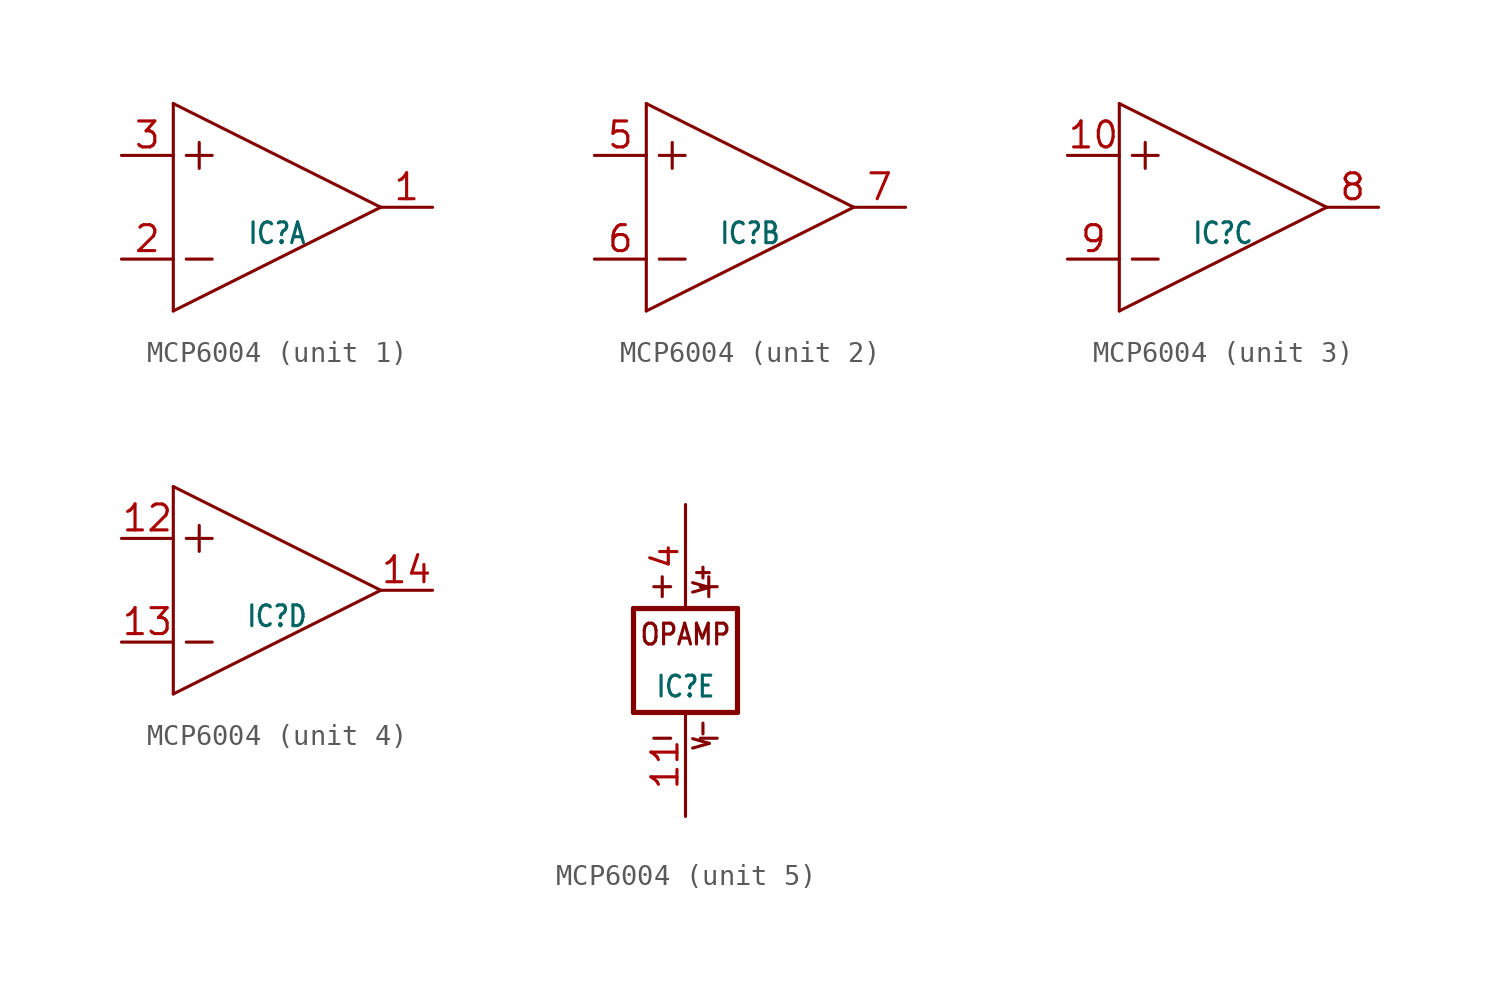
<source format=kicad_sym>
(kicad_symbol_lib
  (version 20211014)
  (generator kicad_symbol_editor)
  (symbol "MCP6004"
    (property "Reference" "IC"
      (at 0 -1.27 0)
      (effects (font (size 1.016 0.864))))
    (property "ki_locked" ""
      (at 0 0 0)
      (effects (font (size 1.27 1.27))))
    (symbol "MCP6004_1_0"
      (polyline (pts (xy -5.08 -5.08) (xy 5.08 0)) (stroke (width 0.152) (type default) (color 0 0 0 0)) (fill (type none)))
      (polyline (pts (xy -5.08 5.08) (xy -5.08 -5.08)) (stroke (width 0.152) (type default) (color 0 0 0 0)) (fill (type none)))
      (polyline (pts (xy -4.445 -2.54) (xy -3.175 -2.54)) (stroke (width 0.152) (type default) (color 0 0 0 0)) (fill (type none)))
      (polyline (pts (xy -4.445 2.54) (xy -3.175 2.54)) (stroke (width 0.152) (type default) (color 0 0 0 0)) (fill (type none)))
      (polyline (pts (xy -3.81 3.175) (xy -3.81 1.905)) (stroke (width 0.152) (type default) (color 0 0 0 0)) (fill (type none)))
      (polyline (pts (xy 5.08 0) (xy -5.08 5.08)) (stroke (width 0.152) (type default) (color 0 0 0 0)) (fill (type none)))
      (pin output line (at 7.62 0 180) (length 2.54) (name "OUT" (effects (font (size 0 0)))) (number "1" (effects (font (size 1.27 1.27)))))
      (pin input line (at -7.62 -2.54 0) (length 2.54) (name "-IN" (effects (font (size 0 0)))) (number "2" (effects (font (size 1.27 1.27)))))
      (pin input line (at -7.62 2.54 0) (length 2.54) (name "+IN" (effects (font (size 0 0)))) (number "3" (effects (font (size 1.27 1.27))))))
    (symbol "MCP6004_2_0"
      (polyline (pts (xy -5.08 -5.08) (xy 5.08 0)) (stroke (width 0.152) (type default) (color 0 0 0 0)) (fill (type none)))
      (polyline (pts (xy -5.08 5.08) (xy -5.08 -5.08)) (stroke (width 0.152) (type default) (color 0 0 0 0)) (fill (type none)))
      (polyline (pts (xy -4.445 -2.54) (xy -3.175 -2.54)) (stroke (width 0.152) (type default) (color 0 0 0 0)) (fill (type none)))
      (polyline (pts (xy -4.445 2.54) (xy -3.175 2.54)) (stroke (width 0.152) (type default) (color 0 0 0 0)) (fill (type none)))
      (polyline (pts (xy -3.81 3.175) (xy -3.81 1.905)) (stroke (width 0.152) (type default) (color 0 0 0 0)) (fill (type none)))
      (polyline (pts (xy 5.08 0) (xy -5.08 5.08)) (stroke (width 0.152) (type default) (color 0 0 0 0)) (fill (type none)))
      (pin input line (at -7.62 2.54 0) (length 2.54) (name "+IN" (effects (font (size 0 0)))) (number "5" (effects (font (size 1.27 1.27)))))
      (pin input line (at -7.62 -2.54 0) (length 2.54) (name "-IN" (effects (font (size 0 0)))) (number "6" (effects (font (size 1.27 1.27)))))
      (pin output line (at 7.62 0 180) (length 2.54) (name "OUT" (effects (font (size 0 0)))) (number "7" (effects (font (size 1.27 1.27))))))
    (symbol "MCP6004_3_0"
      (polyline (pts (xy -5.08 -5.08) (xy 5.08 0)) (stroke (width 0.152) (type default) (color 0 0 0 0)) (fill (type none)))
      (polyline (pts (xy -5.08 5.08) (xy -5.08 -5.08)) (stroke (width 0.152) (type default) (color 0 0 0 0)) (fill (type none)))
      (polyline (pts (xy -4.445 -2.54) (xy -3.175 -2.54)) (stroke (width 0.152) (type default) (color 0 0 0 0)) (fill (type none)))
      (polyline (pts (xy -4.445 2.54) (xy -3.175 2.54)) (stroke (width 0.152) (type default) (color 0 0 0 0)) (fill (type none)))
      (polyline (pts (xy -3.81 3.175) (xy -3.81 1.905)) (stroke (width 0.152) (type default) (color 0 0 0 0)) (fill (type none)))
      (polyline (pts (xy 5.08 0) (xy -5.08 5.08)) (stroke (width 0.152) (type default) (color 0 0 0 0)) (fill (type none)))
      (pin input line (at -7.62 2.54 0) (length 2.54) (name "+IN" (effects (font (size 0 0)))) (number "10" (effects (font (size 1.27 1.27)))))
      (pin output line (at 7.62 0 180) (length 2.54) (name "OUT" (effects (font (size 0 0)))) (number "8" (effects (font (size 1.27 1.27)))))
      (pin input line (at -7.62 -2.54 0) (length 2.54) (name "-IN" (effects (font (size 0 0)))) (number "9" (effects (font (size 1.27 1.27))))))
    (symbol "MCP6004_4_0"
      (polyline (pts (xy -5.08 -5.08) (xy 5.08 0)) (stroke (width 0.152) (type default) (color 0 0 0 0)) (fill (type none)))
      (polyline (pts (xy -5.08 5.08) (xy -5.08 -5.08)) (stroke (width 0.152) (type default) (color 0 0 0 0)) (fill (type none)))
      (polyline (pts (xy -4.445 -2.54) (xy -3.175 -2.54)) (stroke (width 0.152) (type default) (color 0 0 0 0)) (fill (type none)))
      (polyline (pts (xy -4.445 2.54) (xy -3.175 2.54)) (stroke (width 0.152) (type default) (color 0 0 0 0)) (fill (type none)))
      (polyline (pts (xy -3.81 3.175) (xy -3.81 1.905)) (stroke (width 0.152) (type default) (color 0 0 0 0)) (fill (type none)))
      (polyline (pts (xy 5.08 0) (xy -5.08 5.08)) (stroke (width 0.152) (type default) (color 0 0 0 0)) (fill (type none)))
      (pin input line (at -7.62 2.54 0) (length 2.54) (name "+IN" (effects (font (size 0 0)))) (number "12" (effects (font (size 1.27 1.27)))))
      (pin input line (at -7.62 -2.54 0) (length 2.54) (name "-IN" (effects (font (size 0 0)))) (number "13" (effects (font (size 1.27 1.27)))))
      (pin output line (at 7.62 0 180) (length 2.54) (name "OUT" (effects (font (size 0 0)))) (number "14" (effects (font (size 1.27 1.27))))))
    (symbol "MCP6004_5_0"
      (polyline (pts (xy -2.54 -2.54) (xy -2.54 2.54)) (stroke (width 0.254) (type default) (color 0 0 0 0)) (fill (type none)))
      (polyline (pts (xy -2.54 2.54) (xy 2.54 2.54)) (stroke (width 0.254) (type default) (color 0 0 0 0)) (fill (type none)))
      (polyline (pts (xy 2.54 -2.54) (xy -2.54 -2.54)) (stroke (width 0.254) (type default) (color 0 0 0 0)) (fill (type none)))
      (polyline (pts (xy 2.54 2.54) (xy 2.54 -2.54)) (stroke (width 0.254) (type default) (color 0 0 0 0)) (fill (type none)))
      (text "+" (at -1.905 4.445 0) (effects (font (size 1.27 1.079)) (justify left top)))
      (text "+" (at 1.905 4.445 0) (effects (font (size 1.27 1.079)) (justify right top)))
      (text "-" (at -1.905 -4.445 0) (effects (font (size 1.27 1.079)) (justify left bottom)))
      (text "-" (at 1.905 -4.445 0) (effects (font (size 1.27 1.079)) (justify right bottom)))
      (text "OPAMP" (at 0 1.27 0) (effects (font (size 1.016 0.864))))
      (text "V+" (at 1.27 3.175 900) (effects (font (size 0.813 0.691)) (justify left bottom)))
      (text "V-" (at 1.27 -4.445 900) (effects (font (size 0.813 0.691)) (justify left bottom)))
      (pin power_in line (at 0 -7.62 90) (length 5.08) (name "V-" (effects (font (size 0 0)))) (number "11" (effects (font (size 1.27 1.27)))))
      (pin power_in line (at 0 7.62 270) (length 5.08) (name "V+" (effects (font (size 0 0)))) (number "4" (effects (font (size 1.27 1.27))))))))
</source>
